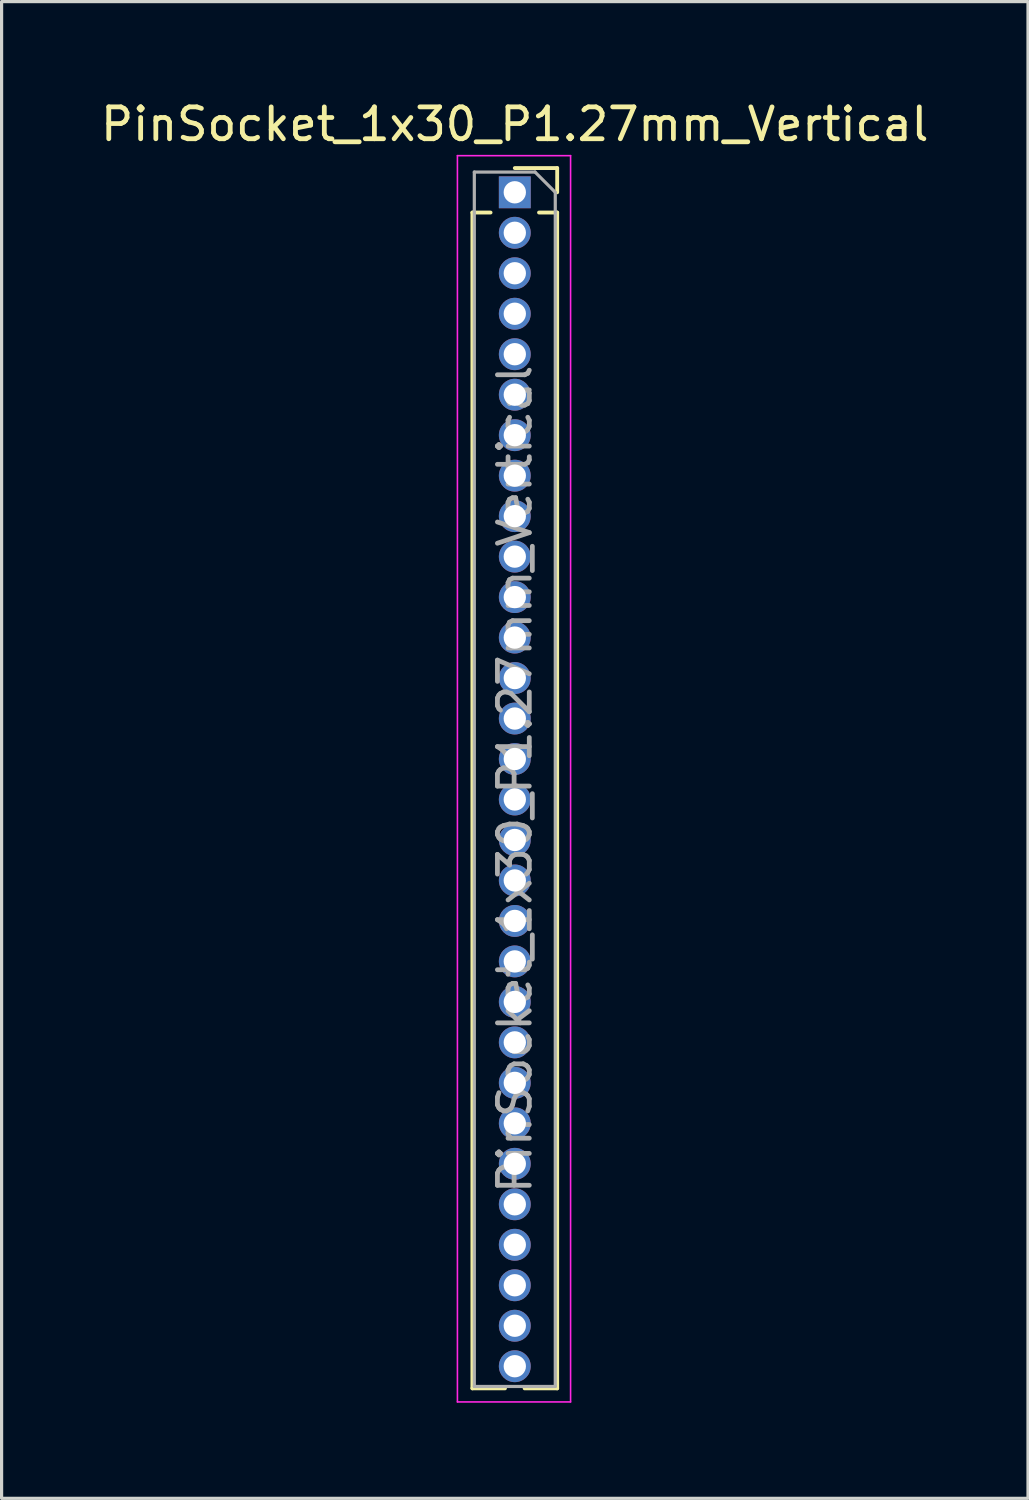
<source format=kicad_pcb>
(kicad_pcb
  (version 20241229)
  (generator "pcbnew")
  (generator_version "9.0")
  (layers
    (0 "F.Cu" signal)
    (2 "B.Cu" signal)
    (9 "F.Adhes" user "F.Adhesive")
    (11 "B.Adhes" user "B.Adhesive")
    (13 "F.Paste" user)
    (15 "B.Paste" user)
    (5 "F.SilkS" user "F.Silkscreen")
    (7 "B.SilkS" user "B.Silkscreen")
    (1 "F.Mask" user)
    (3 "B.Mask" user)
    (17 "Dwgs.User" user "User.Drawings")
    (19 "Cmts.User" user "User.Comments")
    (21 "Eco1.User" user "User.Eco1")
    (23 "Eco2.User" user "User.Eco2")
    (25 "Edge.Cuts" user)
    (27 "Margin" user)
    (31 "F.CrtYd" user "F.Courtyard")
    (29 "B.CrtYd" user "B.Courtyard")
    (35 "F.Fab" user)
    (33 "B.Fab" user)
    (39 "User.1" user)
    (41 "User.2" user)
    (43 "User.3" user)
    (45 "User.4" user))
  (footprint "PinSocket_1x30_P1.27mm_Vertical"
    (layer "F.Cu")
    (at 13.101 2.983)
    (property "Reference" "PinSocket_1x30_P1.27mm_Vertical" (at 0 -2.135 0) (layer "F.SilkS") (effects (font (size 1 1) (thickness 0.15))))
    (attr through_hole)
    (fp_line (start -1.33 0.635) (end -1.33 37.525) (stroke (width 0.12) (type solid)) (layer "F.SilkS"))
    (fp_line (start -1.33 0.635) (end -0.76 0.635) (stroke (width 0.12) (type solid)) (layer "F.SilkS"))
    (fp_line (start -1.33 37.525) (end -0.308 37.525) (stroke (width 0.12) (type solid)) (layer "F.SilkS"))
    (fp_line (start 0 -0.76) (end 1.33 -0.76) (stroke (width 0.12) (type solid)) (layer "F.SilkS"))
    (fp_line (start 0.308 37.525) (end 1.33 37.525) (stroke (width 0.12) (type solid)) (layer "F.SilkS"))
    (fp_line (start 0.76 0.635) (end 1.33 0.635) (stroke (width 0.12) (type solid)) (layer "F.SilkS"))
    (fp_line (start 1.33 -0.76) (end 1.33 0) (stroke (width 0.12) (type solid)) (layer "F.SilkS"))
    (fp_line (start 1.33 0.635) (end 1.33 37.525) (stroke (width 0.12) (type solid)) (layer "F.SilkS"))
    (fp_line (start -1.8 -1.15) (end 1.75 -1.15) (stroke (width 0.05) (type solid)) (layer "F.CrtYd"))
    (fp_line (start -1.8 37.95) (end -1.8 -1.15) (stroke (width 0.05) (type solid)) (layer "F.CrtYd"))
    (fp_line (start 1.75 -1.15) (end 1.75 37.95) (stroke (width 0.05) (type solid)) (layer "F.CrtYd"))
    (fp_line (start 1.75 37.95) (end -1.8 37.95) (stroke (width 0.05) (type solid)) (layer "F.CrtYd"))
    (fp_line (start -1.27 -0.635) (end 0.635 -0.635) (stroke (width 0.1) (type solid)) (layer "F.Fab"))
    (fp_line (start -1.27 37.465) (end -1.27 -0.635) (stroke (width 0.1) (type solid)) (layer "F.Fab"))
    (fp_line (start 0.635 -0.635) (end 1.27 0) (stroke (width 0.1) (type solid)) (layer "F.Fab"))
    (fp_line (start 1.27 0) (end 1.27 37.465) (stroke (width 0.1) (type solid)) (layer "F.Fab"))
    (fp_line (start 1.27 37.465) (end -1.27 37.465) (stroke (width 0.1) (type solid)) (layer "F.Fab"))
    (fp_text user "${REFERENCE}" (at 0 18.415 90) (layer "F.Fab") (effects (font (size 1 1) (thickness 0.15))))
    (pad "1" thru_hole rect (at 0 0) (size 1 1) (drill 0.7) (layers "*.Cu" "*.Mask"))
    (pad "2" thru_hole oval (at 0 1.27) (size 1 1) (drill 0.7) (layers "*.Cu" "*.Mask"))
    (pad "3" thru_hole oval (at 0 2.54) (size 1 1) (drill 0.7) (layers "*.Cu" "*.Mask"))
    (pad "4" thru_hole oval (at 0 3.81) (size 1 1) (drill 0.7) (layers "*.Cu" "*.Mask"))
    (pad "5" thru_hole oval (at 0 5.08) (size 1 1) (drill 0.7) (layers "*.Cu" "*.Mask"))
    (pad "6" thru_hole oval (at 0 6.35) (size 1 1) (drill 0.7) (layers "*.Cu" "*.Mask"))
    (pad "7" thru_hole oval (at 0 7.62) (size 1 1) (drill 0.7) (layers "*.Cu" "*.Mask"))
    (pad "8" thru_hole oval (at 0 8.89) (size 1 1) (drill 0.7) (layers "*.Cu" "*.Mask"))
    (pad "9" thru_hole oval (at 0 10.16) (size 1 1) (drill 0.7) (layers "*.Cu" "*.Mask"))
    (pad "10" thru_hole oval (at 0 11.43) (size 1 1) (drill 0.7) (layers "*.Cu" "*.Mask"))
    (pad "11" thru_hole oval (at 0 12.7) (size 1 1) (drill 0.7) (layers "*.Cu" "*.Mask"))
    (pad "12" thru_hole oval (at 0 13.97) (size 1 1) (drill 0.7) (layers "*.Cu" "*.Mask"))
    (pad "13" thru_hole oval (at 0 15.24) (size 1 1) (drill 0.7) (layers "*.Cu" "*.Mask"))
    (pad "14" thru_hole oval (at 0 16.51) (size 1 1) (drill 0.7) (layers "*.Cu" "*.Mask"))
    (pad "15" thru_hole oval (at 0 17.78) (size 1 1) (drill 0.7) (layers "*.Cu" "*.Mask"))
    (pad "16" thru_hole oval (at 0 19.05) (size 1 1) (drill 0.7) (layers "*.Cu" "*.Mask"))
    (pad "17" thru_hole oval (at 0 20.32) (size 1 1) (drill 0.7) (layers "*.Cu" "*.Mask"))
    (pad "18" thru_hole oval (at 0 21.59) (size 1 1) (drill 0.7) (layers "*.Cu" "*.Mask"))
    (pad "19" thru_hole oval (at 0 22.86) (size 1 1) (drill 0.7) (layers "*.Cu" "*.Mask"))
    (pad "20" thru_hole oval (at 0 24.13) (size 1 1) (drill 0.7) (layers "*.Cu" "*.Mask"))
    (pad "21" thru_hole oval (at 0 25.4) (size 1 1) (drill 0.7) (layers "*.Cu" "*.Mask"))
    (pad "22" thru_hole oval (at 0 26.67) (size 1 1) (drill 0.7) (layers "*.Cu" "*.Mask"))
    (pad "23" thru_hole oval (at 0 27.94) (size 1 1) (drill 0.7) (layers "*.Cu" "*.Mask"))
    (pad "24" thru_hole oval (at 0 29.21) (size 1 1) (drill 0.7) (layers "*.Cu" "*.Mask"))
    (pad "25" thru_hole oval (at 0 30.48) (size 1 1) (drill 0.7) (layers "*.Cu" "*.Mask"))
    (pad "26" thru_hole oval (at 0 31.75) (size 1 1) (drill 0.7) (layers "*.Cu" "*.Mask"))
    (pad "27" thru_hole oval (at 0 33.02) (size 1 1) (drill 0.7) (layers "*.Cu" "*.Mask"))
    (pad "28" thru_hole oval (at 0 34.29) (size 1 1) (drill 0.7) (layers "*.Cu" "*.Mask"))
    (pad "29" thru_hole oval (at 0 35.56) (size 1 1) (drill 0.7) (layers "*.Cu" "*.Mask"))
    (pad "30" thru_hole oval (at 0 36.83) (size 1 1) (drill 0.7) (layers "*.Cu" "*.Mask")))
  (gr_rect
    (start -3 -3)
    (end 29.202 43.958)
    (stroke (width 0.1) (type default))
    (fill no)
    (layer "Edge.Cuts")))
</source>
